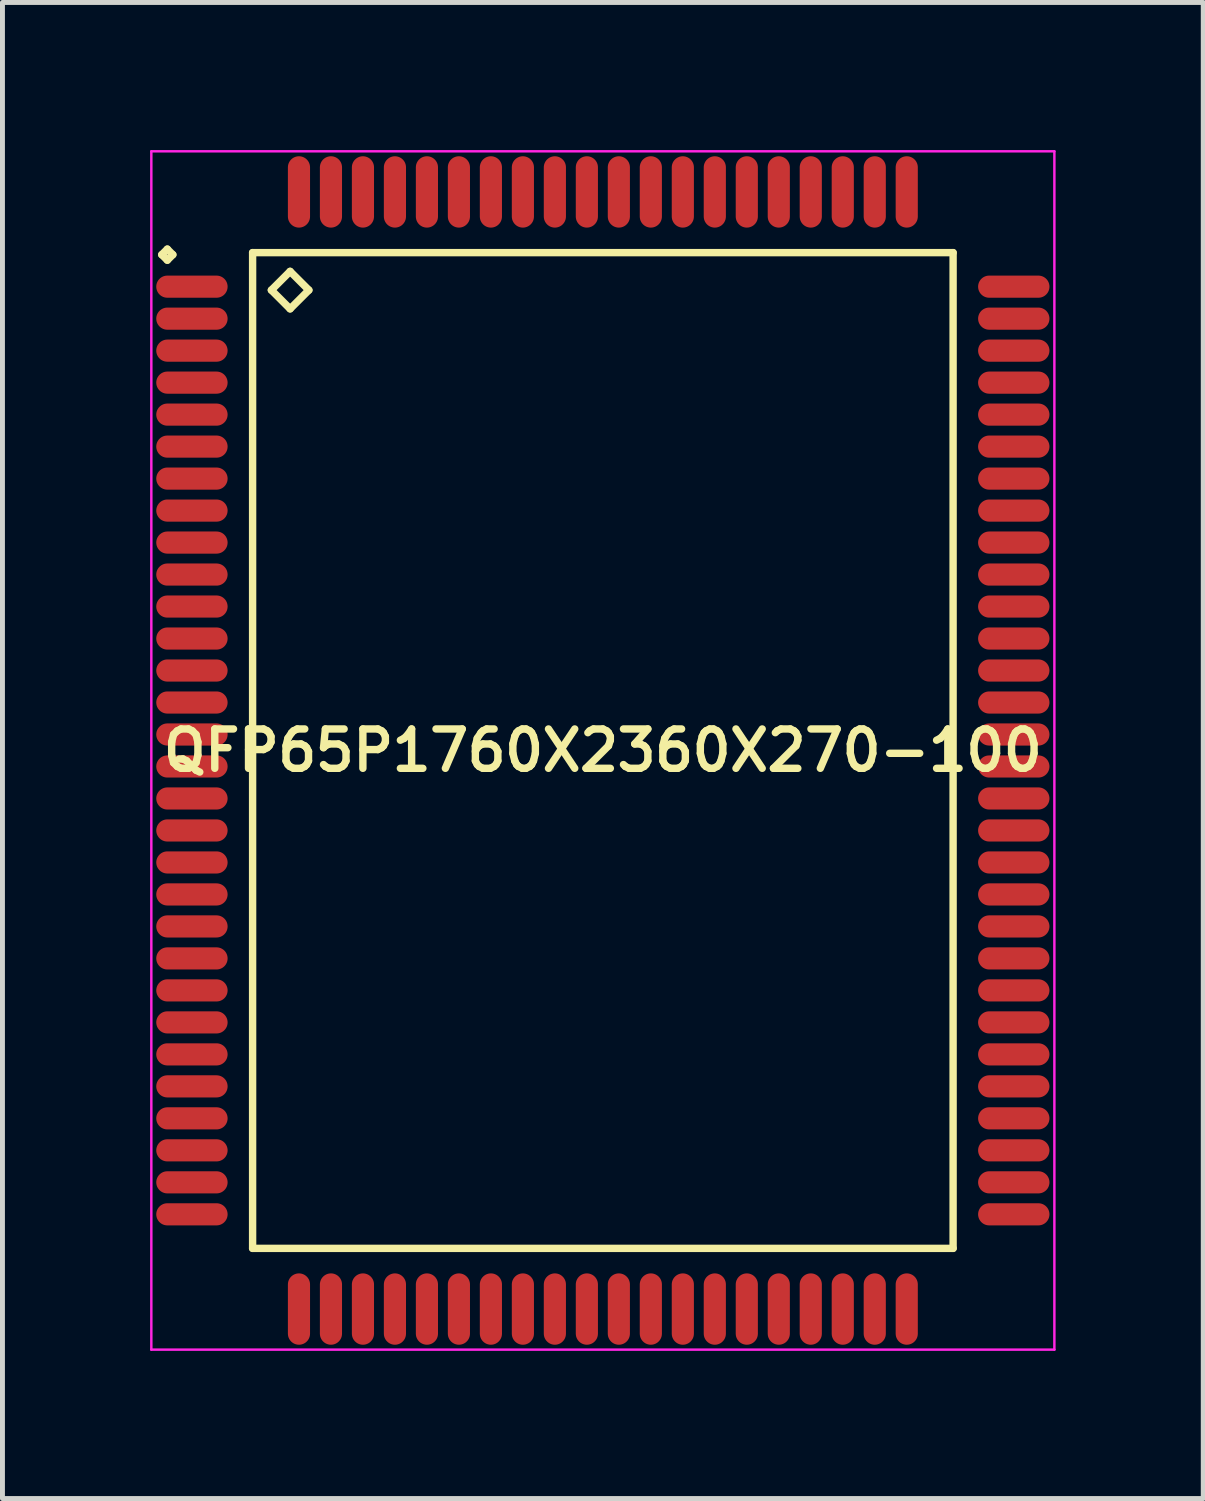
<source format=kicad_pcb>
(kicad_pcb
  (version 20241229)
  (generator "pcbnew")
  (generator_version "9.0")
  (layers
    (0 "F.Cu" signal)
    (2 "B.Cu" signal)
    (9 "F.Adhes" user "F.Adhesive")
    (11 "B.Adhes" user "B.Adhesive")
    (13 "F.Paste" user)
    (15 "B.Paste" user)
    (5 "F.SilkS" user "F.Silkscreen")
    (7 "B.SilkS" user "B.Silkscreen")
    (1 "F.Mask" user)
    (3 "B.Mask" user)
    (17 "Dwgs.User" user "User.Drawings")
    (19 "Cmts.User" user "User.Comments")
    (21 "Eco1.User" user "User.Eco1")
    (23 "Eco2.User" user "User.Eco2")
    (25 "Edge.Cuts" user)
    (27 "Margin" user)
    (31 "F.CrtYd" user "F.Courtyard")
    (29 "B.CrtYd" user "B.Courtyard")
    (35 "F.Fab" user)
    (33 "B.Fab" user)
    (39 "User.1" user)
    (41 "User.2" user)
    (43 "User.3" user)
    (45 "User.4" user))
  (footprint "QFP65P1760X2360X270-100"
    (layer "F.Cu")
    (at 9.2 12.2)
    (property "Reference" "QFP65P1760X2360X270-100" (at 0 0 0) (layer "F.SilkS") (effects (font (size 0.8 0.8) (thickness 0.15))))
    (attr smd)
    (fp_line (start -8.963 -10.075) (end -8.85 -10.188) (stroke (width 0.15) (type solid)) (layer "F.SilkS"))
    (fp_line (start -8.85 -10.188) (end -8.738 -10.075) (stroke (width 0.15) (type solid)) (layer "F.SilkS"))
    (fp_line (start -8.85 -9.963) (end -8.963 -10.075) (stroke (width 0.15) (type solid)) (layer "F.SilkS"))
    (fp_line (start -8.738 -10.075) (end -8.85 -9.963) (stroke (width 0.15) (type solid)) (layer "F.SilkS"))
    (fp_line (start -7.117 -10.117) (end -7.117 10.117) (stroke (width 0.15) (type solid)) (layer "F.SilkS"))
    (fp_line (start -7.117 10.117) (end 7.117 10.117) (stroke (width 0.15) (type solid)) (layer "F.SilkS"))
    (fp_line (start -6.736 -9.355) (end -6.355 -9.736) (stroke (width 0.15) (type solid)) (layer "F.SilkS"))
    (fp_line (start -6.355 -9.736) (end -5.974 -9.355) (stroke (width 0.15) (type solid)) (layer "F.SilkS"))
    (fp_line (start -6.355 -8.974) (end -6.736 -9.355) (stroke (width 0.15) (type solid)) (layer "F.SilkS"))
    (fp_line (start -5.974 -9.355) (end -6.355 -8.974) (stroke (width 0.15) (type solid)) (layer "F.SilkS"))
    (fp_line (start 7.117 -10.117) (end -7.117 -10.117) (stroke (width 0.15) (type solid)) (layer "F.SilkS"))
    (fp_line (start 7.117 10.117) (end 7.117 -10.117) (stroke (width 0.15) (type solid)) (layer "F.SilkS"))
    (fp_line (start -9.175 -12.175) (end 9.175 -12.175) (stroke (width 0.05) (type solid)) (layer "F.CrtYd"))
    (fp_line (start -9.175 12.175) (end -9.175 -12.175) (stroke (width 0.05) (type solid)) (layer "F.CrtYd"))
    (fp_line (start 9.175 -12.175) (end 9.175 12.175) (stroke (width 0.05) (type solid)) (layer "F.CrtYd"))
    (fp_line (start 9.175 12.175) (end -9.175 12.175) (stroke (width 0.05) (type solid)) (layer "F.CrtYd"))
    (pad "1" smd oval (at -8.35 -9.425) (size 1.45 0.45) (layers "F.Cu" "F.Mask" "F.Paste"))
    (pad "2" smd oval (at -8.35 -8.775) (size 1.45 0.45) (layers "F.Cu" "F.Mask" "F.Paste"))
    (pad "3" smd oval (at -8.35 -8.125) (size 1.45 0.45) (layers "F.Cu" "F.Mask" "F.Paste"))
    (pad "4" smd oval (at -8.35 -7.475) (size 1.45 0.45) (layers "F.Cu" "F.Mask" "F.Paste"))
    (pad "5" smd oval (at -8.35 -6.825) (size 1.45 0.45) (layers "F.Cu" "F.Mask" "F.Paste"))
    (pad "6" smd oval (at -8.35 -6.175) (size 1.45 0.45) (layers "F.Cu" "F.Mask" "F.Paste"))
    (pad "7" smd oval (at -8.35 -5.525) (size 1.45 0.45) (layers "F.Cu" "F.Mask" "F.Paste"))
    (pad "8" smd oval (at -8.35 -4.875) (size 1.45 0.45) (layers "F.Cu" "F.Mask" "F.Paste"))
    (pad "9" smd oval (at -8.35 -4.225) (size 1.45 0.45) (layers "F.Cu" "F.Mask" "F.Paste"))
    (pad "10" smd oval (at -8.35 -3.575) (size 1.45 0.45) (layers "F.Cu" "F.Mask" "F.Paste"))
    (pad "11" smd oval (at -8.35 -2.925) (size 1.45 0.45) (layers "F.Cu" "F.Mask" "F.Paste"))
    (pad "12" smd oval (at -8.35 -2.275) (size 1.45 0.45) (layers "F.Cu" "F.Mask" "F.Paste"))
    (pad "13" smd oval (at -8.35 -1.625) (size 1.45 0.45) (layers "F.Cu" "F.Mask" "F.Paste"))
    (pad "14" smd oval (at -8.35 -0.975) (size 1.45 0.45) (layers "F.Cu" "F.Mask" "F.Paste"))
    (pad "15" smd oval (at -8.35 -0.325) (size 1.45 0.45) (layers "F.Cu" "F.Mask" "F.Paste"))
    (pad "16" smd oval (at -8.35 0.325) (size 1.45 0.45) (layers "F.Cu" "F.Mask" "F.Paste"))
    (pad "17" smd oval (at -8.35 0.975) (size 1.45 0.45) (layers "F.Cu" "F.Mask" "F.Paste"))
    (pad "18" smd oval (at -8.35 1.625) (size 1.45 0.45) (layers "F.Cu" "F.Mask" "F.Paste"))
    (pad "19" smd oval (at -8.35 2.275) (size 1.45 0.45) (layers "F.Cu" "F.Mask" "F.Paste"))
    (pad "20" smd oval (at -8.35 2.925) (size 1.45 0.45) (layers "F.Cu" "F.Mask" "F.Paste"))
    (pad "21" smd oval (at -8.35 3.575) (size 1.45 0.45) (layers "F.Cu" "F.Mask" "F.Paste"))
    (pad "22" smd oval (at -8.35 4.225) (size 1.45 0.45) (layers "F.Cu" "F.Mask" "F.Paste"))
    (pad "23" smd oval (at -8.35 4.875) (size 1.45 0.45) (layers "F.Cu" "F.Mask" "F.Paste"))
    (pad "24" smd oval (at -8.35 5.525) (size 1.45 0.45) (layers "F.Cu" "F.Mask" "F.Paste"))
    (pad "25" smd oval (at -8.35 6.175) (size 1.45 0.45) (layers "F.Cu" "F.Mask" "F.Paste"))
    (pad "26" smd oval (at -8.35 6.825) (size 1.45 0.45) (layers "F.Cu" "F.Mask" "F.Paste"))
    (pad "27" smd oval (at -8.35 7.475) (size 1.45 0.45) (layers "F.Cu" "F.Mask" "F.Paste"))
    (pad "28" smd oval (at -8.35 8.125) (size 1.45 0.45) (layers "F.Cu" "F.Mask" "F.Paste"))
    (pad "29" smd oval (at -8.35 8.775) (size 1.45 0.45) (layers "F.Cu" "F.Mask" "F.Paste"))
    (pad "30" smd oval (at -8.35 9.425) (size 1.45 0.45) (layers "F.Cu" "F.Mask" "F.Paste"))
    (pad "31" smd oval (at -6.175 11.35) (size 0.45 1.45) (layers "F.Cu" "F.Mask" "F.Paste"))
    (pad "32" smd oval (at -5.525 11.35) (size 0.45 1.45) (layers "F.Cu" "F.Mask" "F.Paste"))
    (pad "33" smd oval (at -4.875 11.35) (size 0.45 1.45) (layers "F.Cu" "F.Mask" "F.Paste"))
    (pad "34" smd oval (at -4.225 11.35) (size 0.45 1.45) (layers "F.Cu" "F.Mask" "F.Paste"))
    (pad "35" smd oval (at -3.575 11.35) (size 0.45 1.45) (layers "F.Cu" "F.Mask" "F.Paste"))
    (pad "36" smd oval (at -2.925 11.35) (size 0.45 1.45) (layers "F.Cu" "F.Mask" "F.Paste"))
    (pad "37" smd oval (at -2.275 11.35) (size 0.45 1.45) (layers "F.Cu" "F.Mask" "F.Paste"))
    (pad "38" smd oval (at -1.625 11.35) (size 0.45 1.45) (layers "F.Cu" "F.Mask" "F.Paste"))
    (pad "39" smd oval (at -0.975 11.35) (size 0.45 1.45) (layers "F.Cu" "F.Mask" "F.Paste"))
    (pad "40" smd oval (at -0.325 11.35) (size 0.45 1.45) (layers "F.Cu" "F.Mask" "F.Paste"))
    (pad "41" smd oval (at 0.325 11.35) (size 0.45 1.45) (layers "F.Cu" "F.Mask" "F.Paste"))
    (pad "42" smd oval (at 0.975 11.35) (size 0.45 1.45) (layers "F.Cu" "F.Mask" "F.Paste"))
    (pad "43" smd oval (at 1.625 11.35) (size 0.45 1.45) (layers "F.Cu" "F.Mask" "F.Paste"))
    (pad "44" smd oval (at 2.275 11.35) (size 0.45 1.45) (layers "F.Cu" "F.Mask" "F.Paste"))
    (pad "45" smd oval (at 2.925 11.35) (size 0.45 1.45) (layers "F.Cu" "F.Mask" "F.Paste"))
    (pad "46" smd oval (at 3.575 11.35) (size 0.45 1.45) (layers "F.Cu" "F.Mask" "F.Paste"))
    (pad "47" smd oval (at 4.225 11.35) (size 0.45 1.45) (layers "F.Cu" "F.Mask" "F.Paste"))
    (pad "48" smd oval (at 4.875 11.35) (size 0.45 1.45) (layers "F.Cu" "F.Mask" "F.Paste"))
    (pad "49" smd oval (at 5.525 11.35) (size 0.45 1.45) (layers "F.Cu" "F.Mask" "F.Paste"))
    (pad "50" smd oval (at 6.175 11.35) (size 0.45 1.45) (layers "F.Cu" "F.Mask" "F.Paste"))
    (pad "51" smd oval (at 8.35 9.425) (size 1.45 0.45) (layers "F.Cu" "F.Mask" "F.Paste"))
    (pad "52" smd oval (at 8.35 8.775) (size 1.45 0.45) (layers "F.Cu" "F.Mask" "F.Paste"))
    (pad "53" smd oval (at 8.35 8.125) (size 1.45 0.45) (layers "F.Cu" "F.Mask" "F.Paste"))
    (pad "54" smd oval (at 8.35 7.475) (size 1.45 0.45) (layers "F.Cu" "F.Mask" "F.Paste"))
    (pad "55" smd oval (at 8.35 6.825) (size 1.45 0.45) (layers "F.Cu" "F.Mask" "F.Paste"))
    (pad "56" smd oval (at 8.35 6.175) (size 1.45 0.45) (layers "F.Cu" "F.Mask" "F.Paste"))
    (pad "57" smd oval (at 8.35 5.525) (size 1.45 0.45) (layers "F.Cu" "F.Mask" "F.Paste"))
    (pad "58" smd oval (at 8.35 4.875) (size 1.45 0.45) (layers "F.Cu" "F.Mask" "F.Paste"))
    (pad "59" smd oval (at 8.35 4.225) (size 1.45 0.45) (layers "F.Cu" "F.Mask" "F.Paste"))
    (pad "60" smd oval (at 8.35 3.575) (size 1.45 0.45) (layers "F.Cu" "F.Mask" "F.Paste"))
    (pad "61" smd oval (at 8.35 2.925) (size 1.45 0.45) (layers "F.Cu" "F.Mask" "F.Paste"))
    (pad "62" smd oval (at 8.35 2.275) (size 1.45 0.45) (layers "F.Cu" "F.Mask" "F.Paste"))
    (pad "63" smd oval (at 8.35 1.625) (size 1.45 0.45) (layers "F.Cu" "F.Mask" "F.Paste"))
    (pad "64" smd oval (at 8.35 0.975) (size 1.45 0.45) (layers "F.Cu" "F.Mask" "F.Paste"))
    (pad "65" smd oval (at 8.35 0.325) (size 1.45 0.45) (layers "F.Cu" "F.Mask" "F.Paste"))
    (pad "66" smd oval (at 8.35 -0.325) (size 1.45 0.45) (layers "F.Cu" "F.Mask" "F.Paste"))
    (pad "67" smd oval (at 8.35 -0.975) (size 1.45 0.45) (layers "F.Cu" "F.Mask" "F.Paste"))
    (pad "68" smd oval (at 8.35 -1.625) (size 1.45 0.45) (layers "F.Cu" "F.Mask" "F.Paste"))
    (pad "69" smd oval (at 8.35 -2.275) (size 1.45 0.45) (layers "F.Cu" "F.Mask" "F.Paste"))
    (pad "70" smd oval (at 8.35 -2.925) (size 1.45 0.45) (layers "F.Cu" "F.Mask" "F.Paste"))
    (pad "71" smd oval (at 8.35 -3.575) (size 1.45 0.45) (layers "F.Cu" "F.Mask" "F.Paste"))
    (pad "72" smd oval (at 8.35 -4.225) (size 1.45 0.45) (layers "F.Cu" "F.Mask" "F.Paste"))
    (pad "73" smd oval (at 8.35 -4.875) (size 1.45 0.45) (layers "F.Cu" "F.Mask" "F.Paste"))
    (pad "74" smd oval (at 8.35 -5.525) (size 1.45 0.45) (layers "F.Cu" "F.Mask" "F.Paste"))
    (pad "75" smd oval (at 8.35 -6.175) (size 1.45 0.45) (layers "F.Cu" "F.Mask" "F.Paste"))
    (pad "76" smd oval (at 8.35 -6.825) (size 1.45 0.45) (layers "F.Cu" "F.Mask" "F.Paste"))
    (pad "77" smd oval (at 8.35 -7.475) (size 1.45 0.45) (layers "F.Cu" "F.Mask" "F.Paste"))
    (pad "78" smd oval (at 8.35 -8.125) (size 1.45 0.45) (layers "F.Cu" "F.Mask" "F.Paste"))
    (pad "79" smd oval (at 8.35 -8.775) (size 1.45 0.45) (layers "F.Cu" "F.Mask" "F.Paste"))
    (pad "80" smd oval (at 8.35 -9.425) (size 1.45 0.45) (layers "F.Cu" "F.Mask" "F.Paste"))
    (pad "81" smd oval (at 6.175 -11.35) (size 0.45 1.45) (layers "F.Cu" "F.Mask" "F.Paste"))
    (pad "82" smd oval (at 5.525 -11.35) (size 0.45 1.45) (layers "F.Cu" "F.Mask" "F.Paste"))
    (pad "83" smd oval (at 4.875 -11.35) (size 0.45 1.45) (layers "F.Cu" "F.Mask" "F.Paste"))
    (pad "84" smd oval (at 4.225 -11.35) (size 0.45 1.45) (layers "F.Cu" "F.Mask" "F.Paste"))
    (pad "85" smd oval (at 3.575 -11.35) (size 0.45 1.45) (layers "F.Cu" "F.Mask" "F.Paste"))
    (pad "86" smd oval (at 2.925 -11.35) (size 0.45 1.45) (layers "F.Cu" "F.Mask" "F.Paste"))
    (pad "87" smd oval (at 2.275 -11.35) (size 0.45 1.45) (layers "F.Cu" "F.Mask" "F.Paste"))
    (pad "88" smd oval (at 1.625 -11.35) (size 0.45 1.45) (layers "F.Cu" "F.Mask" "F.Paste"))
    (pad "89" smd oval (at 0.975 -11.35) (size 0.45 1.45) (layers "F.Cu" "F.Mask" "F.Paste"))
    (pad "90" smd oval (at 0.325 -11.35) (size 0.45 1.45) (layers "F.Cu" "F.Mask" "F.Paste"))
    (pad "91" smd oval (at -0.325 -11.35) (size 0.45 1.45) (layers "F.Cu" "F.Mask" "F.Paste"))
    (pad "92" smd oval (at -0.975 -11.35) (size 0.45 1.45) (layers "F.Cu" "F.Mask" "F.Paste"))
    (pad "93" smd oval (at -1.625 -11.35) (size 0.45 1.45) (layers "F.Cu" "F.Mask" "F.Paste"))
    (pad "94" smd oval (at -2.275 -11.35) (size 0.45 1.45) (layers "F.Cu" "F.Mask" "F.Paste"))
    (pad "95" smd oval (at -2.925 -11.35) (size 0.45 1.45) (layers "F.Cu" "F.Mask" "F.Paste"))
    (pad "96" smd oval (at -3.575 -11.35) (size 0.45 1.45) (layers "F.Cu" "F.Mask" "F.Paste"))
    (pad "97" smd oval (at -4.225 -11.35) (size 0.45 1.45) (layers "F.Cu" "F.Mask" "F.Paste"))
    (pad "98" smd oval (at -4.875 -11.35) (size 0.45 1.45) (layers "F.Cu" "F.Mask" "F.Paste"))
    (pad "99" smd oval (at -5.525 -11.35) (size 0.45 1.45) (layers "F.Cu" "F.Mask" "F.Paste"))
    (pad "100" smd oval (at -6.175 -11.35) (size 0.45 1.45) (layers "F.Cu" "F.Mask" "F.Paste")))
  (gr_rect
    (start -3 -3)
    (end 21.4 27.4)
    (stroke (width 0.1) (type default))
    (fill no)
    (layer "Edge.Cuts")))
</source>
